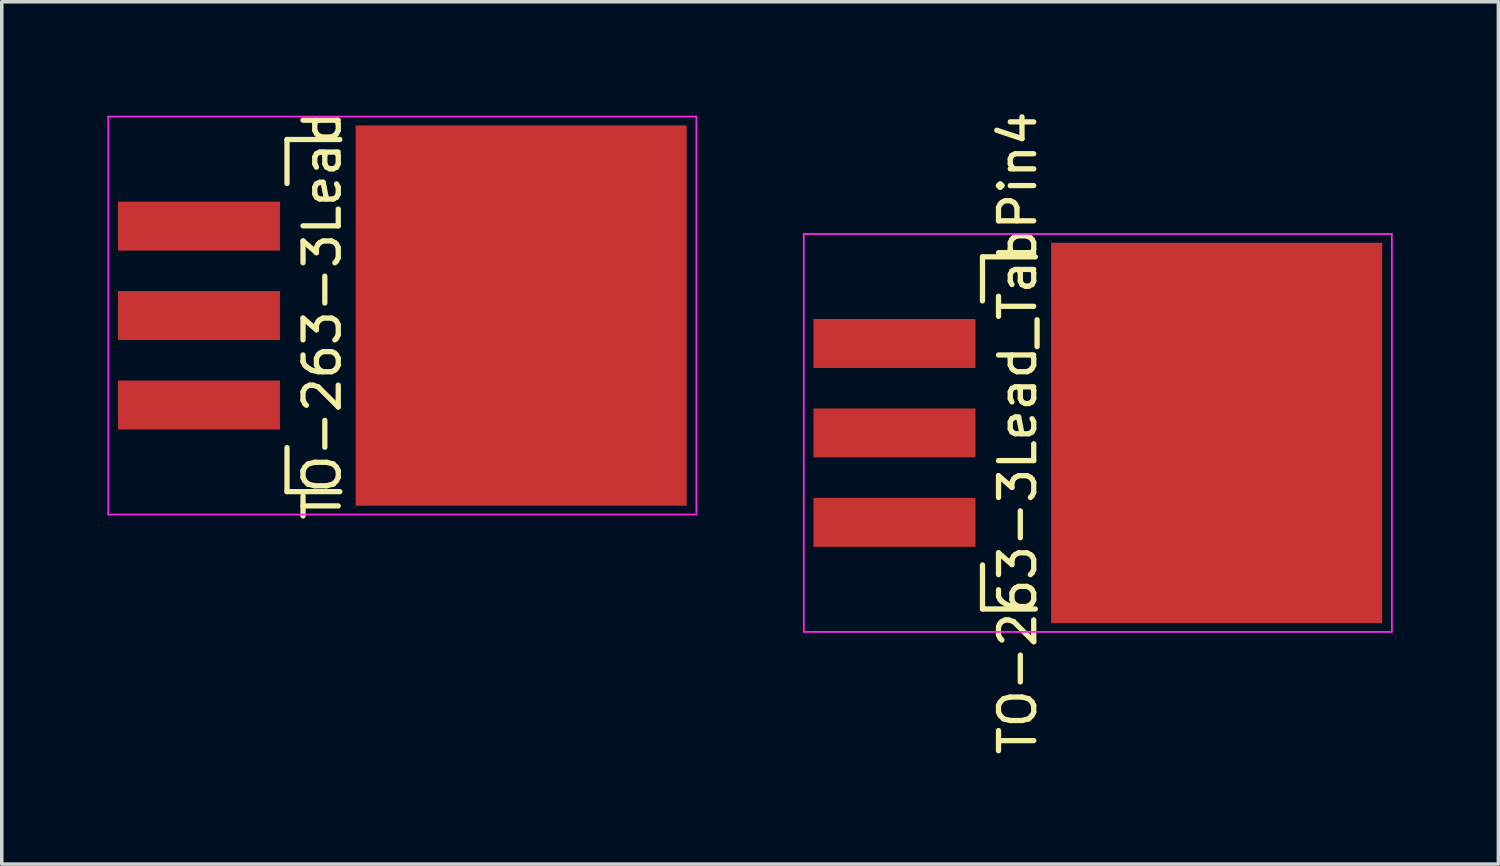
<source format=kicad_pcb>
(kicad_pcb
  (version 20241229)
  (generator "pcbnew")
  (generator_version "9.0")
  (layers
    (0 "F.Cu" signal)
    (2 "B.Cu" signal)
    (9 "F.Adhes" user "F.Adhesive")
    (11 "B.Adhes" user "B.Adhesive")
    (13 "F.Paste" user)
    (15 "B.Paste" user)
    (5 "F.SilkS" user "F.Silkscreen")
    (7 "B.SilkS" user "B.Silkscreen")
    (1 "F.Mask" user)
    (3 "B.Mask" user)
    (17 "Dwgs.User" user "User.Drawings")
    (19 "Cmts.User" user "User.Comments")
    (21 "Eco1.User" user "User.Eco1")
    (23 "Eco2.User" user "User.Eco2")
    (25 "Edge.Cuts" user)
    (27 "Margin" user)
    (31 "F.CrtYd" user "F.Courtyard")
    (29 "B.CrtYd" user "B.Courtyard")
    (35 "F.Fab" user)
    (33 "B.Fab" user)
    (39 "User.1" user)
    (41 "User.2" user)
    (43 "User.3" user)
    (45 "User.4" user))
  (footprint "TO-263-3Lead"
    (layer "F.Cu")
    (at 7.175 5.911)
    (property "Reference" "TO-263-3Lead" (at -1.075 0 90) (layer "F.SilkS") (effects (font (size 1 1) (thickness 0.15))))
    (attr smd)
    (fp_line (start -2.075 -5) (end -2.075 -3.75) (stroke (width 0.15) (type solid)) (layer "F.SilkS"))
    (fp_line (start -2.075 -5) (end -0.575 -5) (stroke (width 0.15) (type solid)) (layer "F.SilkS"))
    (fp_line (start -2.075 5) (end -2.075 3.75) (stroke (width 0.15) (type solid)) (layer "F.SilkS"))
    (fp_line (start -2.075 5) (end -0.575 5) (stroke (width 0.15) (type solid)) (layer "F.SilkS"))
    (fp_line (start -7.15 -5.65) (end -7.15 5.65) (stroke (width 0.05) (type solid)) (layer "F.CrtYd"))
    (fp_line (start 9.55 -5.65) (end -7.15 -5.65) (stroke (width 0.05) (type solid)) (layer "F.CrtYd"))
    (fp_line (start 9.55 -5.65) (end 9.55 5.65) (stroke (width 0.05) (type solid)) (layer "F.CrtYd"))
    (fp_line (start 9.55 5.65) (end -7.15 5.65) (stroke (width 0.05) (type solid)) (layer "F.CrtYd"))
    (pad "1" smd rect (at -4.575 -2.54) (size 4.6 1.39) (layers "F.Cu" "F.Mask" "F.Paste"))
    (pad "2" smd rect (at -4.575 0) (size 4.6 1.39) (layers "F.Cu" "F.Mask" "F.Paste"))
    (pad "2" smd rect (at 4.575 0) (size 9.4 10.8) (layers "F.Cu" "F.Mask" "F.Paste"))
    (pad "3" smd rect (at -4.575 2.54) (size 4.6 1.39) (layers "F.Cu" "F.Mask" "F.Paste")))
  (footprint "TO-263-3Lead_TabPin4"
    (layer "F.Cu")
    (at 26.925 9.244)
    (property "Reference" "TO-263-3Lead_TabPin4" (at -1.075 0 90) (layer "F.SilkS") (effects (font (size 1 1) (thickness 0.15))))
    (attr smd)
    (fp_line (start -2.075 -5) (end -2.075 -3.75) (stroke (width 0.15) (type solid)) (layer "F.SilkS"))
    (fp_line (start -2.075 -5) (end -0.575 -5) (stroke (width 0.15) (type solid)) (layer "F.SilkS"))
    (fp_line (start -2.075 5) (end -2.075 3.75) (stroke (width 0.15) (type solid)) (layer "F.SilkS"))
    (fp_line (start -2.075 5) (end -0.575 5) (stroke (width 0.15) (type solid)) (layer "F.SilkS"))
    (fp_line (start -7.15 -5.65) (end -7.15 5.65) (stroke (width 0.05) (type solid)) (layer "F.CrtYd"))
    (fp_line (start 9.55 -5.65) (end -7.15 -5.65) (stroke (width 0.05) (type solid)) (layer "F.CrtYd"))
    (fp_line (start 9.55 -5.65) (end 9.55 5.65) (stroke (width 0.05) (type solid)) (layer "F.CrtYd"))
    (fp_line (start 9.55 5.65) (end -7.15 5.65) (stroke (width 0.05) (type solid)) (layer "F.CrtYd"))
    (pad "1" smd rect (at -4.575 -2.54) (size 4.6 1.39) (layers "F.Cu" "F.Mask" "F.Paste"))
    (pad "2" smd rect (at -4.575 0) (size 4.6 1.39) (layers "F.Cu" "F.Mask" "F.Paste"))
    (pad "3" smd rect (at -4.575 2.54) (size 4.6 1.39) (layers "F.Cu" "F.Mask" "F.Paste"))
    (pad "4" smd rect (at 4.575 0) (size 9.4 10.8) (layers "F.Cu" "F.Mask" "F.Paste")))
  (gr_rect
    (start -3 -3)
    (end 39.5 21.488)
    (stroke (width 0.1) (type default))
    (fill no)
    (layer "Edge.Cuts")))
</source>
